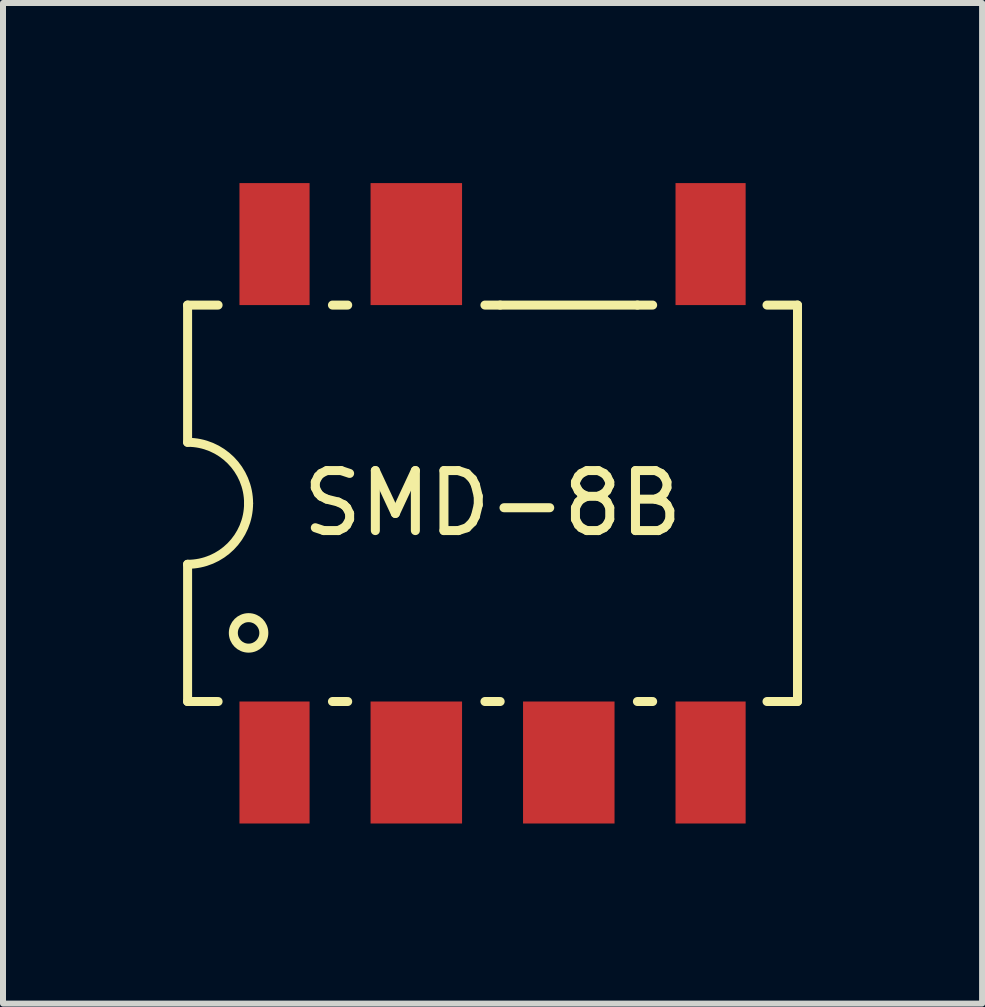
<source format=kicad_pcb>
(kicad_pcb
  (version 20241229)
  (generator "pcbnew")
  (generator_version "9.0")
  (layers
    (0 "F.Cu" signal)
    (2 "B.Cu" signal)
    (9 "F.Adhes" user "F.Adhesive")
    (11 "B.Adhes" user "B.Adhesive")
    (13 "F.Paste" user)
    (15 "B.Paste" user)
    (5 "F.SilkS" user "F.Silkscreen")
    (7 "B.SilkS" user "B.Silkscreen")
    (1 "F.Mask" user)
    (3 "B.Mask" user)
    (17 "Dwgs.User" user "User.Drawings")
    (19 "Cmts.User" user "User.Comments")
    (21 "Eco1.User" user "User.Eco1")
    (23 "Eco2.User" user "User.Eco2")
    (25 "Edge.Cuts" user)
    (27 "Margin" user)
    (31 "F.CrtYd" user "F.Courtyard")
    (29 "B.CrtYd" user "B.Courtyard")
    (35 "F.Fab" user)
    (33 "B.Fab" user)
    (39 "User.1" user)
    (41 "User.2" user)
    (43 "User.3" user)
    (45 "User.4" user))
  (footprint "SMD-8B"
    (layer "F.Cu")
    (at 5.155 5.334)
    (property "Reference" "SMD-8B" (at 0 0 0) (layer "F.SilkS") (effects (font (size 1 1) (thickness 0.15))))
    (attr through_hole)
    (fp_line (start -5.08 -3.302) (end -5.08 -1.016) (stroke (width 0.15) (type solid)) (layer "F.SilkS"))
    (fp_line (start -5.08 -3.302) (end -4.572 -3.302) (stroke (width 0.15) (type solid)) (layer "F.SilkS"))
    (fp_line (start -5.08 1.016) (end -5.08 3.302) (stroke (width 0.15) (type solid)) (layer "F.SilkS"))
    (fp_line (start -5.08 3.302) (end -4.572 3.302) (stroke (width 0.15) (type solid)) (layer "F.SilkS"))
    (fp_line (start -2.667 -3.302) (end -2.413 -3.302) (stroke (width 0.15) (type solid)) (layer "F.SilkS"))
    (fp_line (start -2.667 3.302) (end -2.413 3.302) (stroke (width 0.15) (type solid)) (layer "F.SilkS"))
    (fp_line (start -0.127 -3.302) (end 0.127 -3.302) (stroke (width 0.15) (type solid)) (layer "F.SilkS"))
    (fp_line (start -0.127 3.302) (end 0.127 3.302) (stroke (width 0.15) (type solid)) (layer "F.SilkS"))
    (fp_line (start 0.127 -3.302) (end 2.413 -3.302) (stroke (width 0.15) (type solid)) (layer "F.SilkS"))
    (fp_line (start 2.413 -3.302) (end 2.667 -3.302) (stroke (width 0.15) (type solid)) (layer "F.SilkS"))
    (fp_line (start 2.413 3.302) (end 2.667 3.302) (stroke (width 0.15) (type solid)) (layer "F.SilkS"))
    (fp_line (start 5.08 -3.302) (end 4.572 -3.302) (stroke (width 0.15) (type solid)) (layer "F.SilkS"))
    (fp_line (start 5.08 -3.302) (end 5.08 3.302) (stroke (width 0.15) (type solid)) (layer "F.SilkS"))
    (fp_line (start 5.08 3.302) (end 4.572 3.302) (stroke (width 0.15) (type solid)) (layer "F.SilkS"))
    (fp_arc (start -5.08 -1.016) (mid -4.36158 -0.71842) (end -4.064 0) (stroke (width 0.15) (type solid)) (layer "F.SilkS"))
    (fp_arc (start -4.064 0) (mid -4.36158 0.71842) (end -5.08 1.016) (stroke (width 0.15) (type solid)) (layer "F.SilkS"))
    (fp_circle (center -4.064 2.159) (end -3.81 2.159) (stroke (width 0.15) (type solid)) (fill no) (layer "F.SilkS"))
    (pad "1" smd rect (at -3.632 4.318) (size 1.168 2.032) (layers "F.Cu" "F.Mask" "F.Paste"))
    (pad "2" smd rect (at -1.27 4.318) (size 1.524 2.032) (layers "F.Cu" "F.Mask" "F.Paste"))
    (pad "3" smd rect (at 1.27 4.318) (size 1.524 2.032) (layers "F.Cu" "F.Mask" "F.Paste"))
    (pad "4" smd rect (at 3.632 4.318) (size 1.168 2.032) (layers "F.Cu" "F.Mask" "F.Paste"))
    (pad "5" smd rect (at 3.632 -4.318) (size 1.168 2.032) (layers "F.Cu" "F.Mask" "F.Paste"))
    (pad "7" smd rect (at -1.27 -4.318) (size 1.524 2.032) (layers "F.Cu" "F.Mask" "F.Paste"))
    (pad "8" smd rect (at -3.632 -4.318) (size 1.168 2.032) (layers "F.Cu" "F.Mask" "F.Paste")))
  (gr_rect
    (start -3 -3)
    (end 13.31 13.668)
    (stroke (width 0.1) (type default))
    (fill no)
    (layer "Edge.Cuts")))
</source>
